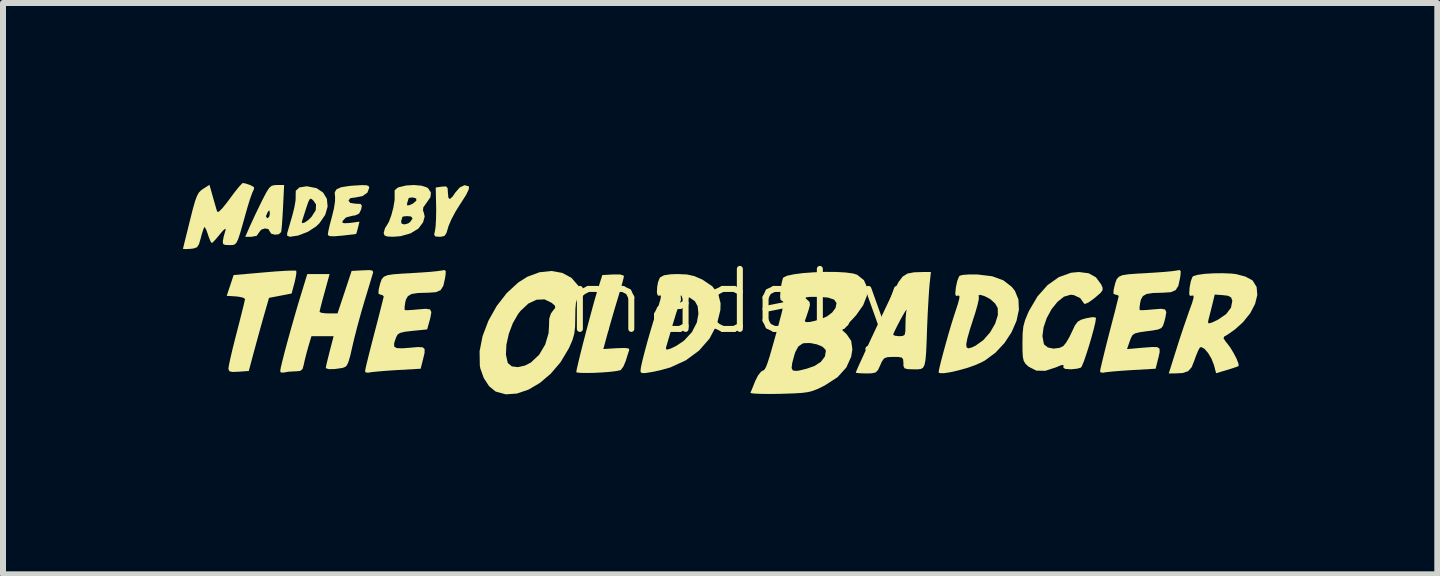
<source format=kicad_pcb>
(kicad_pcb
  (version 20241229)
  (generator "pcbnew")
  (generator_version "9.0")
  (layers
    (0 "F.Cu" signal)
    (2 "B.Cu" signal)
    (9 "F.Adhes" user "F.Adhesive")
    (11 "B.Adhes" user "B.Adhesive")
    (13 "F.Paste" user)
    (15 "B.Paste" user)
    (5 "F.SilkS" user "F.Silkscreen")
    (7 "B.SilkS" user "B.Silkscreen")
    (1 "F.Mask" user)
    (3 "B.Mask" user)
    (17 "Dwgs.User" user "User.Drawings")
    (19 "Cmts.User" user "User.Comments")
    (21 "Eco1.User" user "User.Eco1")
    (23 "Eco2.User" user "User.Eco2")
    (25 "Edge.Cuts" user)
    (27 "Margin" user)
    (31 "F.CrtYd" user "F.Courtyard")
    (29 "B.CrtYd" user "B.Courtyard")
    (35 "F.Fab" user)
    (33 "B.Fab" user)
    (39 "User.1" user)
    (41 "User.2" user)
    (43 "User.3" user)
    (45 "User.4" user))
  (footprint "madeby"
    (layer "F.Cu")
    (at 9.211 2.475)
    (property "Reference" "madeby" (at 0 -0.5 0) (unlocked yes) (layer "F.SilkS") (effects (font (size 1 1) (thickness 0.1))))
    (attr board_only exclude_from_pos_files exclude_from_bom)
    (fp_poly (pts (xy -4.45 -2.42) (xy -4.444 -2.415) (xy -4.447 -2.37) (xy -4.49 -2.279) (xy -4.572 -2.15) (xy -4.582 -2.135) (xy -4.667 -2) (xy -4.739 -1.864) (xy -4.786 -1.753) (xy -4.791 -1.733) (xy -4.82 -1.638) (xy -4.853 -1.592) (xy -4.908 -1.579) (xy -4.934 -1.578) (xy -5.005 -1.584) (xy -5.024 -1.615) (xy -5.011 -1.673) (xy -5 -1.75) (xy -4.993 -1.874) (xy -4.99 -2.023) (xy -4.991 -2.083) (xy -4.998 -2.399) (xy -4.896 -2.414) (xy -4.827 -2.418) (xy -4.8 -2.39) (xy -4.795 -2.314) (xy -4.787 -2.229) (xy -4.762 -2.207) (xy -4.716 -2.25) (xy -4.674 -2.312) (xy -4.598 -2.4) (xy -4.518 -2.438)) (stroke (width 0) (type solid)) (fill yes) (layer "F.SilkS"))
    (fp_poly (pts (xy -7.543 -2.07) (xy -7.552 -1.914) (xy -7.561 -1.781) (xy -7.57 -1.689) (xy -7.575 -1.656) (xy -7.613 -1.621) (xy -7.678 -1.613) (xy -7.739 -1.629) (xy -7.763 -1.664) (xy -7.788 -1.707) (xy -7.845 -1.717) (xy -7.906 -1.697) (xy -7.945 -1.649) (xy -7.945 -1.647) (xy -7.983 -1.594) (xy -8.068 -1.578) (xy -8.173 -1.578) (xy -8.089 -1.768) (xy -8.029 -1.898) (xy -8.019 -1.921) (xy -7.829 -1.921) (xy -7.809 -1.89) (xy -7.797 -1.889) (xy -7.771 -1.918) (xy -7.763 -1.966) (xy -7.769 -2.017) (xy -7.789 -2.004) (xy -7.797 -1.992) (xy -7.829 -1.921) (xy -8.019 -1.921) (xy -7.954 -2.055) (xy -7.884 -2.199) (xy -7.82 -2.321) (xy -7.774 -2.393) (xy -7.732 -2.428) (xy -7.68 -2.44) (xy -7.644 -2.441) (xy -7.525 -2.441)) (stroke (width 0) (type solid)) (fill yes) (layer "F.SilkS"))
    (fp_poly (pts (xy -7.334 -1.014) (xy -7.323 -1.012) (xy -7.321 -0.97) (xy -7.335 -0.885) (xy -7.352 -0.813) (xy -7.4 -0.633) (xy -7.589 -0.596) (xy -7.777 -0.56) (xy -7.871 -0.232) (xy -7.923 -0.047) (xy -7.978 0.153) (xy -8.027 0.334) (xy -8.039 0.377) (xy -8.114 0.659) (xy -8.283 0.671) (xy -8.385 0.675) (xy -8.436 0.664) (xy -8.452 0.633) (xy -8.453 0.613) (xy -8.444 0.557) (xy -8.421 0.448) (xy -8.386 0.298) (xy -8.342 0.122) (xy -8.315 0.017) (xy -8.268 -0.165) (xy -8.228 -0.324) (xy -8.197 -0.448) (xy -8.18 -0.524) (xy -8.177 -0.542) (xy -8.208 -0.563) (xy -8.286 -0.58) (xy -8.329 -0.584) (xy -8.482 -0.594) (xy -8.424 -0.767) (xy -8.367 -0.94) (xy -7.854 -0.985) (xy -7.674 -1) (xy -7.518 -1.01) (xy -7.401 -1.015)) (stroke (width 0) (type solid)) (fill yes) (layer "F.SilkS"))
    (fp_poly (pts (xy -7.14 -2.419) (xy -6.985 -2.389) (xy -6.875 -2.315) (xy -6.812 -2.21) (xy -6.8 -2.082) (xy -6.84 -1.944) (xy -6.935 -1.806) (xy -6.99 -1.752) (xy -7.128 -1.662) (xy -7.291 -1.599) (xy -7.429 -1.578) (xy -7.475 -1.597) (xy -7.474 -1.638) (xy -7.456 -1.7) (xy -7.425 -1.806) (xy -7.419 -1.827) (xy -7.23 -1.827) (xy -7.221 -1.804) (xy -7.178 -1.818) (xy -7.117 -1.862) (xy -7.068 -1.911) (xy -6.998 -2.021) (xy -6.993 -2.117) (xy -7.034 -2.178) (xy -7.062 -2.204) (xy -7.083 -2.214) (xy -7.102 -2.2) (xy -7.124 -2.153) (xy -7.155 -2.063) (xy -7.2 -1.922) (xy -7.23 -1.827) (xy -7.419 -1.827) (xy -7.388 -1.934) (xy -7.386 -1.941) (xy -7.354 -2.07) (xy -7.335 -2.18) (xy -7.332 -2.249) (xy -7.333 -2.251) (xy -7.331 -2.345) (xy -7.271 -2.401) (xy -7.154 -2.419)) (stroke (width 0) (type solid)) (fill yes) (layer "F.SilkS"))
    (fp_poly (pts (xy -1.922 -0.95) (xy -1.866 -0.931) (xy -1.861 -0.921) (xy -1.871 -0.873) (xy -1.897 -0.775) (xy -1.935 -0.644) (xy -1.964 -0.548) (xy -2.018 -0.369) (xy -2.073 -0.179) (xy -2.121 -0.011) (xy -2.135 0.039) (xy -2.204 0.293) (xy -1.98 0.279) (xy -1.853 0.275) (xy -1.786 0.282) (xy -1.771 0.303) (xy -1.772 0.306) (xy -1.791 0.364) (xy -1.82 0.456) (xy -1.829 0.487) (xy -1.867 0.579) (xy -1.909 0.638) (xy -1.921 0.646) (xy -1.986 0.66) (xy -2.093 0.673) (xy -2.224 0.683) (xy -2.362 0.69) (xy -2.49 0.692) (xy -2.591 0.69) (xy -2.648 0.683) (xy -2.655 0.677) (xy -2.647 0.628) (xy -2.623 0.524) (xy -2.588 0.379) (xy -2.544 0.205) (xy -2.495 0.016) (xy -2.444 -0.176) (xy -2.395 -0.359) (xy -2.351 -0.519) (xy -2.314 -0.645) (xy -2.303 -0.681) (xy -2.221 -0.94) (xy -2.041 -0.95)) (stroke (width 0) (type solid)) (fill yes) (layer "F.SilkS"))
    (fp_poly (pts (xy -6.155 -2.438) (xy -6.117 -2.424) (xy -6.106 -2.398) (xy -6.106 -2.396) (xy -6.137 -2.314) (xy -6.219 -2.256) (xy -6.333 -2.234) (xy -6.421 -2.222) (xy -6.451 -2.185) (xy -6.451 -2.182) (xy -6.424 -2.143) (xy -6.339 -2.13) (xy -6.334 -2.13) (xy -6.255 -2.126) (xy -6.23 -2.101) (xy -6.24 -2.039) (xy -6.241 -2.035) (xy -6.274 -1.966) (xy -6.339 -1.935) (xy -6.384 -1.929) (xy -6.495 -1.9) (xy -6.55 -1.841) (xy -6.554 -1.814) (xy -6.524 -1.804) (xy -6.448 -1.807) (xy -6.412 -1.811) (xy -6.269 -1.83) (xy -6.294 -1.73) (xy -6.313 -1.658) (xy -6.325 -1.625) (xy -6.359 -1.62) (xy -6.444 -1.61) (xy -6.561 -1.597) (xy -6.564 -1.597) (xy -6.691 -1.586) (xy -6.764 -1.589) (xy -6.794 -1.606) (xy -6.796 -1.619) (xy -6.788 -1.673) (xy -6.765 -1.774) (xy -6.732 -1.899) (xy -6.727 -1.916) (xy -6.695 -2.049) (xy -6.677 -2.164) (xy -6.675 -2.239) (xy -6.676 -2.243) (xy -6.682 -2.319) (xy -6.651 -2.37) (xy -6.574 -2.404) (xy -6.442 -2.425) (xy -6.37 -2.431) (xy -6.235 -2.439)) (stroke (width 0) (type solid)) (fill yes) (layer "F.SilkS"))
    (fp_poly (pts (xy -5.237 -2.43) (xy -5.146 -2.401) (xy -5.125 -2.387) (xy -5.078 -2.315) (xy -5.086 -2.239) (xy -5.152 -2.143) (xy -5.153 -2.142) (xy -5.206 -2.067) (xy -5.21 -2.011) (xy -5.199 -1.989) (xy -5.182 -1.917) (xy -5.209 -1.819) (xy -5.288 -1.714) (xy -5.418 -1.635) (xy -5.584 -1.588) (xy -5.701 -1.579) (xy -5.801 -1.582) (xy -5.85 -1.599) (xy -5.864 -1.636) (xy -5.865 -1.645) (xy -5.842 -1.725) (xy -5.82 -1.757) (xy -5.779 -1.827) (xy -5.774 -1.84) (xy -5.575 -1.84) (xy -5.568 -1.798) (xy -5.521 -1.784) (xy -5.459 -1.8) (xy -5.423 -1.826) (xy -5.384 -1.884) (xy -5.409 -1.916) (xy -5.468 -1.923) (xy -5.533 -1.918) (xy -5.554 -1.909) (xy -5.565 -1.868) (xy -5.575 -1.84) (xy -5.774 -1.84) (xy -5.737 -1.94) (xy -5.703 -2.07) (xy -5.698 -2.104) (xy -5.478 -2.104) (xy -5.441 -2.103) (xy -5.379 -2.131) (xy -5.322 -2.179) (xy -5.323 -2.218) (xy -5.382 -2.234) (xy -5.438 -2.228) (xy -5.451 -2.219) (xy -5.461 -2.179) (xy -5.472 -2.15) (xy -5.478 -2.104) (xy -5.698 -2.104) (xy -5.683 -2.192) (xy -5.683 -2.28) (xy -5.683 -2.352) (xy -5.636 -2.394) (xy -5.608 -2.406) (xy -5.492 -2.433) (xy -5.36 -2.441)) (stroke (width 0) (type solid)) (fill yes) (layer "F.SilkS"))
    (fp_poly (pts (xy -6.055 -1.015) (xy -6.041 -0.991) (xy -6.046 -0.967) (xy -6.063 -0.911) (xy -6.095 -0.804) (xy -6.138 -0.662) (xy -6.185 -0.508) (xy -6.244 -0.306) (xy -6.305 -0.083) (xy -6.359 0.129) (xy -6.385 0.239) (xy -6.421 0.397) (xy -6.45 0.499) (xy -6.476 0.56) (xy -6.506 0.591) (xy -6.547 0.606) (xy -6.565 0.61) (xy -6.684 0.627) (xy -6.777 0.628) (xy -6.827 0.614) (xy -6.83 0.605) (xy -6.822 0.561) (xy -6.8 0.469) (xy -6.77 0.348) (xy -6.765 0.329) (xy -6.7 0.079) (xy -6.885 0.079) (xy -7.07 0.079) (xy -7.122 0.254) (xy -7.157 0.381) (xy -7.187 0.503) (xy -7.196 0.547) (xy -7.217 0.625) (xy -7.256 0.658) (xy -7.336 0.665) (xy -7.35 0.665) (xy -7.451 0.671) (xy -7.528 0.684) (xy -7.536 0.686) (xy -7.582 0.683) (xy -7.59 0.658) (xy -7.581 0.604) (xy -7.555 0.495) (xy -7.517 0.345) (xy -7.468 0.163) (xy -7.413 -0.036) (xy -7.354 -0.243) (xy -7.296 -0.444) (xy -7.242 -0.62) (xy -7.139 -0.957) (xy -6.953 -0.957) (xy -6.767 -0.957) (xy -6.85 -0.655) (xy -6.887 -0.519) (xy -6.916 -0.408) (xy -6.932 -0.34) (xy -6.934 -0.327) (xy -6.904 -0.311) (xy -6.826 -0.302) (xy -6.785 -0.301) (xy -6.635 -0.301) (xy -6.517 -0.655) (xy -6.4 -1.009) (xy -6.214 -1.019) (xy -6.107 -1.023)) (stroke (width 0) (type solid)) (fill yes) (layer "F.SilkS"))
    (fp_poly (pts (xy -2.889 -0.976) (xy -2.736 -0.894) (xy -2.623 -0.764) (xy -2.615 -0.75) (xy -2.576 -0.67) (xy -2.57 -0.625) (xy -2.597 -0.589) (xy -2.611 -0.577) (xy -2.642 -0.538) (xy -2.661 -0.474) (xy -2.67 -0.37) (xy -2.672 -0.231) (xy -2.675 -0.076) (xy -2.689 0.039) (xy -2.718 0.142) (xy -2.769 0.259) (xy -2.787 0.295) (xy -2.919 0.515) (xy -3.081 0.704) (xy -3.262 0.858) (xy -3.453 0.97) (xy -3.645 1.035) (xy -3.829 1.048) (xy -3.995 1.003) (xy -4 1.001) (xy -4.108 0.913) (xy -4.197 0.777) (xy -4.255 0.615) (xy -4.263 0.57) (xy -4.266 0.385) (xy -3.828 0.385) (xy -3.8 0.514) (xy -3.793 0.529) (xy -3.729 0.582) (xy -3.628 0.595) (xy -3.509 0.568) (xy -3.411 0.517) (xy -3.275 0.389) (xy -3.173 0.218) (xy -3.117 0.029) (xy -3.11 -0.084) (xy -3.106 -0.213) (xy -3.078 -0.299) (xy -3.05 -0.338) (xy -3.007 -0.392) (xy -3.011 -0.429) (xy -3.065 -0.477) (xy -3.185 -0.535) (xy -3.318 -0.529) (xy -3.454 -0.465) (xy -3.584 -0.343) (xy -3.623 -0.294) (xy -3.713 -0.138) (xy -3.78 0.04) (xy -3.82 0.221) (xy -3.828 0.385) (xy -4.266 0.385) (xy -4.267 0.331) (xy -4.217 0.077) (xy -4.119 -0.18) (xy -3.982 -0.424) (xy -3.813 -0.641) (xy -3.62 -0.818) (xy -3.469 -0.913) (xy -3.267 -0.987) (xy -3.069 -1.008)) (stroke (width 0) (type solid)) (fill yes) (layer "F.SilkS"))
    (fp_poly (pts (xy -8.16 -2.464) (xy -8.089 -2.44) (xy -8.028 -2.406) (xy -8.028 -2.369) (xy -8.032 -2.363) (xy -8.056 -2.312) (xy -8.092 -2.212) (xy -8.133 -2.079) (xy -8.158 -1.992) (xy -8.215 -1.789) (xy -8.257 -1.643) (xy -8.289 -1.545) (xy -8.317 -1.484) (xy -8.345 -1.453) (xy -8.378 -1.441) (xy -8.42 -1.44) (xy -8.442 -1.44) (xy -8.507 -1.442) (xy -8.541 -1.457) (xy -8.548 -1.499) (xy -8.532 -1.582) (xy -8.499 -1.699) (xy -8.507 -1.713) (xy -8.546 -1.679) (xy -8.595 -1.621) (xy -8.662 -1.54) (xy -8.713 -1.486) (xy -8.731 -1.474) (xy -8.753 -1.504) (xy -8.783 -1.579) (xy -8.795 -1.616) (xy -8.824 -1.698) (xy -8.849 -1.739) (xy -8.855 -1.74) (xy -8.873 -1.698) (xy -8.9 -1.613) (xy -8.915 -1.555) (xy -8.944 -1.455) (xy -8.977 -1.404) (xy -9.031 -1.384) (xy -9.085 -1.377) (xy -9.167 -1.373) (xy -9.209 -1.376) (xy -9.211 -1.377) (xy -9.203 -1.413) (xy -9.181 -1.503) (xy -9.148 -1.635) (xy -9.108 -1.797) (xy -9.095 -1.849) (xy -9.048 -2.036) (xy -9.011 -2.167) (xy -8.979 -2.255) (xy -8.948 -2.313) (xy -8.911 -2.351) (xy -8.875 -2.377) (xy -8.769 -2.444) (xy -8.713 -2.244) (xy -8.68 -2.128) (xy -8.653 -2.035) (xy -8.64 -1.995) (xy -8.613 -1.996) (xy -8.555 -2.053) (xy -8.469 -2.161) (xy -8.432 -2.211) (xy -8.347 -2.325) (xy -8.274 -2.415) (xy -8.225 -2.467) (xy -8.211 -2.475)) (stroke (width 0) (type solid)) (fill yes) (layer "F.SilkS"))
    (fp_poly (pts (xy -0.81 -0.95) (xy -0.688 -0.923) (xy -0.563 -0.869) (xy -0.549 -0.862) (xy -0.388 -0.753) (xy -0.289 -0.625) (xy -0.25 -0.47) (xy -0.253 -0.358) (xy -0.314 -0.108) (xy -0.435 0.12) (xy -0.609 0.319) (xy -0.829 0.481) (xy -1.088 0.6) (xy -1.265 0.649) (xy -1.414 0.679) (xy -1.508 0.694) (xy -1.56 0.694) (xy -1.581 0.678) (xy -1.585 0.652) (xy -1.576 0.588) (xy -1.55 0.474) (xy -1.512 0.325) (xy -1.504 0.297) (xy -1.161 0.297) (xy -1.128 0.3) (xy -1.076 0.283) (xy -0.987 0.239) (xy -0.884 0.171) (xy -0.854 0.148) (xy -0.727 0.01) (xy -0.645 -0.15) (xy -0.619 -0.295) (xy -0.632 -0.421) (xy -0.678 -0.504) (xy -0.76 -0.561) (xy -0.851 -0.601) (xy -0.908 -0.609) (xy -0.917 -0.586) (xy -0.913 -0.578) (xy -0.91 -0.523) (xy -0.927 -0.479) (xy -0.952 -0.417) (xy -0.989 -0.308) (xy -1.031 -0.171) (xy -1.05 -0.107) (xy -1.091 0.035) (xy -1.127 0.157) (xy -1.151 0.239) (xy -1.157 0.259) (xy -1.161 0.297) (xy -1.504 0.297) (xy -1.466 0.156) (xy -1.416 -0.017) (xy -1.367 -0.18) (xy -1.328 -0.299) (xy -1.278 -0.448) (xy -1.25 -0.543) (xy -1.244 -0.591) (xy -1.256 -0.603) (xy -1.275 -0.594) (xy -1.3 -0.604) (xy -1.31 -0.66) (xy -1.307 -0.74) (xy -1.292 -0.823) (xy -1.266 -0.888) (xy -1.255 -0.903) (xy -1.193 -0.936) (xy -1.084 -0.953) (xy -0.966 -0.957)) (stroke (width 0) (type solid)) (fill yes) (layer "F.SilkS"))
    (fp_poly (pts (xy 4.023 -0.95) (xy 4.04 -0.949) (xy 4.278 -0.92) (xy 4.464 -0.852) (xy 4.605 -0.742) (xy 4.656 -0.678) (xy 4.715 -0.533) (xy 4.723 -0.363) (xy 4.683 -0.177) (xy 4.601 0.012) (xy 4.483 0.192) (xy 4.333 0.353) (xy 4.158 0.483) (xy 4.102 0.513) (xy 3.987 0.564) (xy 3.851 0.611) (xy 3.709 0.65) (xy 3.577 0.68) (xy 3.47 0.696) (xy 3.401 0.694) (xy 3.384 0.68) (xy 3.394 0.625) (xy 3.419 0.519) (xy 3.456 0.377) (xy 3.501 0.213) (xy 3.501 0.212) (xy 3.845 0.212) (xy 3.851 0.266) (xy 3.882 0.282) (xy 3.939 0.266) (xy 4.002 0.236) (xy 4.131 0.143) (xy 4.243 0.015) (xy 4.327 -0.13) (xy 4.372 -0.273) (xy 4.37 -0.39) (xy 4.327 -0.465) (xy 4.249 -0.536) (xy 4.237 -0.544) (xy 4.148 -0.59) (xy 4.08 -0.61) (xy 4.049 -0.602) (xy 4.055 -0.58) (xy 4.054 -0.535) (xy 4.033 -0.442) (xy 3.997 -0.316) (xy 3.974 -0.244) (xy 3.907 -0.036) (xy 3.864 0.114) (xy 3.845 0.212) (xy 3.501 0.212) (xy 3.549 0.042) (xy 3.597 -0.121) (xy 3.641 -0.261) (xy 3.658 -0.313) (xy 3.705 -0.457) (xy 3.729 -0.546) (xy 3.732 -0.591) (xy 3.714 -0.599) (xy 3.706 -0.597) (xy 3.674 -0.593) (xy 3.662 -0.624) (xy 3.669 -0.705) (xy 3.673 -0.738) (xy 3.695 -0.841) (xy 3.724 -0.914) (xy 3.738 -0.93) (xy 3.792 -0.943) (xy 3.894 -0.95)) (stroke (width 0) (type solid)) (fill yes) (layer "F.SilkS"))
    (fp_poly (pts (xy 3.233 -0.776) (xy 3.224 -0.661) (xy 3.214 -0.498) (xy 3.203 -0.304) (xy 3.194 -0.1) (xy 3.192 -0.042) (xy 3.184 0.189) (xy 3.176 0.36) (xy 3.165 0.48) (xy 3.149 0.558) (xy 3.125 0.604) (xy 3.09 0.625) (xy 3.04 0.631) (xy 2.972 0.631) (xy 2.969 0.631) (xy 2.868 0.628) (xy 2.817 0.614) (xy 2.799 0.578) (xy 2.798 0.527) (xy 2.793 0.465) (xy 2.769 0.434) (xy 2.706 0.425) (xy 2.634 0.424) (xy 2.533 0.428) (xy 2.476 0.449) (xy 2.437 0.504) (xy 2.412 0.562) (xy 2.374 0.643) (xy 2.334 0.684) (xy 2.268 0.698) (xy 2.179 0.7) (xy 2.08 0.697) (xy 2.016 0.691) (xy 2.004 0.685) (xy 2.018 0.649) (xy 2.056 0.562) (xy 2.115 0.434) (xy 2.187 0.276) (xy 2.269 0.099) (xy 2.291 0.053) (xy 2.627 0.053) (xy 2.655 0.071) (xy 2.727 0.079) (xy 2.729 0.079) (xy 2.788 0.075) (xy 2.819 0.054) (xy 2.83 -0.002) (xy 2.832 -0.108) (xy 2.835 -0.226) (xy 2.844 -0.323) (xy 2.851 -0.359) (xy 2.846 -0.362) (xy 2.815 -0.314) (xy 2.764 -0.225) (xy 2.749 -0.198) (xy 2.69 -0.085) (xy 2.647 0.003) (xy 2.627 0.05) (xy 2.627 0.053) (xy 2.291 0.053) (xy 2.356 -0.086) (xy 2.442 -0.269) (xy 2.522 -0.438) (xy 2.592 -0.583) (xy 2.643 -0.686) (xy 2.718 -0.826) (xy 2.785 -0.915) (xy 2.865 -0.965) (xy 2.975 -0.986) (xy 3.134 -0.991) (xy 3.139 -0.991) (xy 3.256 -0.991)) (stroke (width 0) (type solid)) (fill yes) (layer "F.SilkS"))
    (fp_poly (pts (xy 5.886 -0.97) (xy 6.007 -0.902) (xy 6.093 -0.786) (xy 6.118 -0.729) (xy 6.117 -0.687) (xy 6.082 -0.641) (xy 6.002 -0.572) (xy 5.983 -0.556) (xy 5.885 -0.484) (xy 5.824 -0.458) (xy 5.808 -0.467) (xy 5.744 -0.557) (xy 5.638 -0.606) (xy 5.585 -0.612) (xy 5.474 -0.58) (xy 5.366 -0.494) (xy 5.267 -0.371) (xy 5.187 -0.224) (xy 5.134 -0.069) (xy 5.115 0.078) (xy 5.138 0.203) (xy 5.145 0.219) (xy 5.206 0.267) (xy 5.301 0.286) (xy 5.403 0.273) (xy 5.464 0.242) (xy 5.509 0.188) (xy 5.564 0.094) (xy 5.606 0.007) (xy 5.657 -0.101) (xy 5.703 -0.163) (xy 5.763 -0.197) (xy 5.848 -0.221) (xy 5.952 -0.239) (xy 6 -0.233) (xy 6.007 -0.219) (xy 5.997 -0.151) (xy 5.971 -0.042) (xy 5.934 0.094) (xy 5.891 0.241) (xy 5.846 0.381) (xy 5.806 0.498) (xy 5.773 0.577) (xy 5.758 0.602) (xy 5.696 0.62) (xy 5.6 0.63) (xy 5.581 0.63) (xy 5.494 0.624) (xy 5.463 0.602) (xy 5.466 0.582) (xy 5.464 0.557) (xy 5.422 0.564) (xy 5.341 0.598) (xy 5.163 0.656) (xy 5.014 0.653) (xy 4.888 0.589) (xy 4.879 0.582) (xy 4.832 0.538) (xy 4.804 0.492) (xy 4.789 0.427) (xy 4.783 0.326) (xy 4.782 0.194) (xy 4.785 0.034) (xy 4.797 -0.084) (xy 4.825 -0.187) (xy 4.873 -0.303) (xy 4.891 -0.343) (xy 5.032 -0.583) (xy 5.2 -0.772) (xy 5.389 -0.906) (xy 5.593 -0.979) (xy 5.72 -0.991)) (stroke (width 0) (type solid)) (fill yes) (layer "F.SilkS"))
    (fp_poly (pts (xy -4.831 -1.005) (xy -4.834 -0.943) (xy -4.843 -0.886) (xy -4.871 -0.761) (xy -4.916 -0.689) (xy -4.994 -0.655) (xy -5.123 -0.646) (xy -5.136 -0.646) (xy -5.295 -0.641) (xy -5.399 -0.625) (xy -5.461 -0.59) (xy -5.494 -0.532) (xy -5.506 -0.486) (xy -5.517 -0.404) (xy -5.516 -0.359) (xy -5.515 -0.357) (xy -5.477 -0.354) (xy -5.39 -0.359) (xy -5.287 -0.368) (xy -5.161 -0.378) (xy -5.092 -0.367) (xy -5.071 -0.323) (xy -5.086 -0.233) (xy -5.106 -0.159) (xy -5.141 -0.034) (xy -5.384 -0.01) (xy -5.513 0.005) (xy -5.591 0.024) (xy -5.634 0.052) (xy -5.658 0.098) (xy -5.659 0.1) (xy -5.691 0.194) (xy -5.691 0.251) (xy -5.649 0.277) (xy -5.558 0.281) (xy -5.433 0.272) (xy -5.296 0.26) (xy -5.216 0.264) (xy -5.183 0.293) (xy -5.184 0.357) (xy -5.21 0.467) (xy -5.212 0.473) (xy -5.249 0.621) (xy -5.664 0.645) (xy -5.829 0.656) (xy -5.972 0.668) (xy -6.076 0.679) (xy -6.127 0.688) (xy -6.169 0.681) (xy -6.175 0.66) (xy -6.167 0.613) (xy -6.143 0.511) (xy -6.107 0.365) (xy -6.062 0.189) (xy -6.02 0.027) (xy -5.97 -0.165) (xy -5.927 -0.333) (xy -5.893 -0.467) (xy -5.871 -0.555) (xy -5.865 -0.586) (xy -5.893 -0.609) (xy -5.917 -0.612) (xy -5.952 -0.629) (xy -5.95 -0.69) (xy -5.947 -0.707) (xy -5.923 -0.803) (xy -5.899 -0.869) (xy -5.863 -0.912) (xy -5.802 -0.938) (xy -5.704 -0.953) (xy -5.558 -0.964) (xy -5.428 -0.971) (xy -5.252 -0.982) (xy -5.096 -0.993) (xy -4.975 -1.005) (xy -4.905 -1.015) (xy -4.902 -1.015) (xy -4.851 -1.024)) (stroke (width 0) (type solid)) (fill yes) (layer "F.SilkS"))
    (fp_poly (pts (xy 7.42 -1.005) (xy 7.417 -0.943) (xy 7.408 -0.886) (xy 7.381 -0.761) (xy 7.336 -0.689) (xy 7.257 -0.655) (xy 7.129 -0.646) (xy 7.116 -0.646) (xy 6.956 -0.641) (xy 6.852 -0.625) (xy 6.79 -0.59) (xy 6.757 -0.532) (xy 6.746 -0.486) (xy 6.734 -0.404) (xy 6.735 -0.359) (xy 6.736 -0.357) (xy 6.775 -0.354) (xy 6.862 -0.359) (xy 6.965 -0.368) (xy 7.091 -0.378) (xy 7.159 -0.367) (xy 7.18 -0.323) (xy 7.165 -0.233) (xy 7.146 -0.16) (xy 7.125 -0.096) (xy 7.097 -0.057) (xy 7.044 -0.033) (xy 6.95 -0.016) (xy 6.864 -0.005) (xy 6.736 0.013) (xy 6.659 0.032) (xy 6.616 0.061) (xy 6.589 0.112) (xy 6.571 0.161) (xy 6.525 0.294) (xy 6.801 0.27) (xy 6.944 0.259) (xy 7.029 0.261) (xy 7.067 0.287) (xy 7.069 0.345) (xy 7.047 0.445) (xy 7.039 0.473) (xy 7.002 0.621) (xy 6.588 0.645) (xy 6.422 0.656) (xy 6.279 0.668) (xy 6.175 0.679) (xy 6.125 0.688) (xy 6.083 0.682) (xy 6.076 0.662) (xy 6.084 0.616) (xy 6.108 0.514) (xy 6.143 0.369) (xy 6.187 0.192) (xy 6.231 0.021) (xy 6.281 -0.172) (xy 6.325 -0.34) (xy 6.358 -0.474) (xy 6.38 -0.562) (xy 6.387 -0.593) (xy 6.358 -0.61) (xy 6.334 -0.612) (xy 6.299 -0.629) (xy 6.301 -0.69) (xy 6.305 -0.707) (xy 6.328 -0.803) (xy 6.352 -0.869) (xy 6.389 -0.912) (xy 6.449 -0.938) (xy 6.547 -0.953) (xy 6.693 -0.964) (xy 6.824 -0.971) (xy 6.999 -0.982) (xy 7.156 -0.993) (xy 7.277 -1.005) (xy 7.347 -1.015) (xy 7.35 -1.015) (xy 7.4 -1.024)) (stroke (width 0) (type solid)) (fill yes) (layer "F.SilkS"))
    (fp_poly (pts (xy 8.264 -0.965) (xy 8.343 -0.956) (xy 8.498 -0.915) (xy 8.61 -0.855) (xy 8.621 -0.846) (xy 8.685 -0.742) (xy 8.697 -0.61) (xy 8.66 -0.46) (xy 8.579 -0.304) (xy 8.457 -0.153) (xy 8.329 -0.038) (xy 8.239 0.027) (xy 8.168 0.073) (xy 8.144 0.085) (xy 8.134 0.116) (xy 8.179 0.182) (xy 8.188 0.191) (xy 8.244 0.264) (xy 8.301 0.358) (xy 8.351 0.454) (xy 8.382 0.533) (xy 8.386 0.575) (xy 8.385 0.576) (xy 8.347 0.592) (xy 8.263 0.62) (xy 8.191 0.642) (xy 8.01 0.696) (xy 7.974 0.56) (xy 7.933 0.455) (xy 7.877 0.36) (xy 7.817 0.29) (xy 7.764 0.26) (xy 7.739 0.268) (xy 7.711 0.319) (xy 7.673 0.411) (xy 7.649 0.48) (xy 7.602 0.597) (xy 7.542 0.663) (xy 7.451 0.693) (xy 7.33 0.699) (xy 7.221 0.7) (xy 7.343 0.312) (xy 7.403 0.123) (xy 7.469 -0.075) (xy 7.496 -0.152) (xy 7.874 -0.152) (xy 7.89 -0.134) (xy 7.945 -0.15) (xy 8.044 -0.198) (xy 8.177 -0.289) (xy 8.258 -0.396) (xy 8.28 -0.508) (xy 8.279 -0.515) (xy 8.259 -0.568) (xy 8.207 -0.595) (xy 8.127 -0.605) (xy 7.987 -0.615) (xy 7.947 -0.449) (xy 7.918 -0.334) (xy 7.893 -0.235) (xy 7.885 -0.206) (xy 7.874 -0.152) (xy 7.496 -0.152) (xy 7.531 -0.254) (xy 7.564 -0.348) (xy 7.612 -0.481) (xy 7.634 -0.56) (xy 7.634 -0.596) (xy 7.612 -0.599) (xy 7.608 -0.598) (xy 7.574 -0.593) (xy 7.562 -0.624) (xy 7.566 -0.706) (xy 7.569 -0.736) (xy 7.588 -0.837) (xy 7.615 -0.907) (xy 7.628 -0.922) (xy 7.698 -0.943) (xy 7.817 -0.96) (xy 7.964 -0.969) (xy 8.12 -0.971)) (stroke (width 0) (type solid)) (fill yes) (layer "F.SilkS"))
    (fp_poly (pts (xy 1.674 -0.992) (xy 1.835 -0.983) (xy 1.961 -0.966) (xy 2.027 -0.945) (xy 2.139 -0.855) (xy 2.193 -0.736) (xy 2.189 -0.595) (xy 2.127 -0.437) (xy 2.009 -0.27) (xy 1.956 -0.212) (xy 1.775 -0.025) (xy 1.852 0.047) (xy 1.928 0.158) (xy 1.947 0.298) (xy 1.927 0.422) (xy 1.846 0.601) (xy 1.701 0.761) (xy 1.492 0.897) (xy 1.46 0.914) (xy 1.366 0.959) (xy 1.287 0.99) (xy 1.206 1.011) (xy 1.108 1.024) (xy 0.978 1.032) (xy 0.799 1.038) (xy 0.732 1.04) (xy 0.558 1.042) (xy 0.411 1.04) (xy 0.306 1.035) (xy 0.252 1.026) (xy 0.248 1.022) (xy 0.268 0.975) (xy 0.303 0.888) (xy 0.325 0.832) (xy 0.373 0.736) (xy 0.424 0.671) (xy 0.447 0.656) (xy 0.468 0.647) (xy 0.488 0.627) (xy 0.497 0.61) (xy 0.934 0.61) (xy 0.955 0.65) (xy 1.01 0.658) (xy 1.063 0.651) (xy 1.188 0.62) (xy 1.312 0.577) (xy 1.318 0.574) (xy 1.423 0.506) (xy 1.489 0.418) (xy 1.505 0.327) (xy 1.499 0.304) (xy 1.449 0.254) (xy 1.355 0.215) (xy 1.245 0.193) (xy 1.143 0.195) (xy 1.117 0.202) (xy 1.047 0.249) (xy 0.997 0.341) (xy 0.981 0.389) (xy 0.944 0.527) (xy 0.934 0.61) (xy 0.497 0.61) (xy 0.509 0.588) (xy 0.534 0.521) (xy 0.567 0.419) (xy 0.609 0.274) (xy 0.664 0.078) (xy 0.728 -0.154) (xy 0.733 -0.175) (xy 1.154 -0.175) (xy 1.171 -0.156) (xy 1.234 -0.158) (xy 1.327 -0.178) (xy 1.431 -0.211) (xy 1.526 -0.252) (xy 1.611 -0.317) (xy 1.667 -0.393) (xy 1.683 -0.474) (xy 1.642 -0.531) (xy 1.541 -0.565) (xy 1.377 -0.577) (xy 1.352 -0.577) (xy 1.234 -0.576) (xy 1.176 -0.569) (xy 1.166 -0.554) (xy 1.193 -0.53) (xy 1.233 -0.492) (xy 1.24 -0.443) (xy 1.218 -0.359) (xy 1.214 -0.348) (xy 1.183 -0.254) (xy 1.158 -0.185) (xy 1.154 -0.175) (xy 0.733 -0.175) (xy 0.771 -0.318) (xy 0.793 -0.425) (xy 0.797 -0.485) (xy 0.784 -0.507) (xy 0.778 -0.508) (xy 0.751 -0.524) (xy 0.742 -0.581) (xy 0.75 -0.689) (xy 0.766 -0.797) (xy 0.785 -0.875) (xy 0.795 -0.898) (xy 0.856 -0.928) (xy 0.972 -0.953) (xy 1.126 -0.973) (xy 1.304 -0.986) (xy 1.492 -0.993)) (stroke (width 0) (type solid)) (fill yes) (layer "F.SilkS")))
  (gr_rect
    (start -3 -3)
    (end 20.908 6.523)
    (stroke (width 0.1) (type default))
    (fill no)
    (layer "Edge.Cuts")))
</source>
